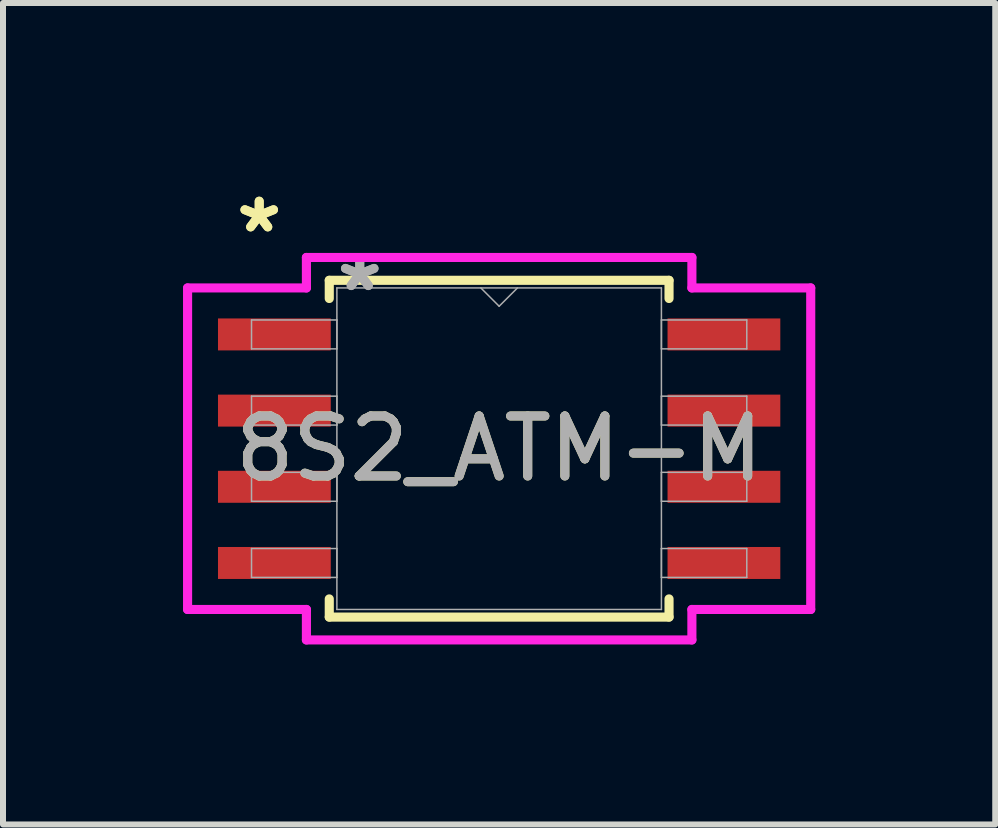
<source format=kicad_pcb>
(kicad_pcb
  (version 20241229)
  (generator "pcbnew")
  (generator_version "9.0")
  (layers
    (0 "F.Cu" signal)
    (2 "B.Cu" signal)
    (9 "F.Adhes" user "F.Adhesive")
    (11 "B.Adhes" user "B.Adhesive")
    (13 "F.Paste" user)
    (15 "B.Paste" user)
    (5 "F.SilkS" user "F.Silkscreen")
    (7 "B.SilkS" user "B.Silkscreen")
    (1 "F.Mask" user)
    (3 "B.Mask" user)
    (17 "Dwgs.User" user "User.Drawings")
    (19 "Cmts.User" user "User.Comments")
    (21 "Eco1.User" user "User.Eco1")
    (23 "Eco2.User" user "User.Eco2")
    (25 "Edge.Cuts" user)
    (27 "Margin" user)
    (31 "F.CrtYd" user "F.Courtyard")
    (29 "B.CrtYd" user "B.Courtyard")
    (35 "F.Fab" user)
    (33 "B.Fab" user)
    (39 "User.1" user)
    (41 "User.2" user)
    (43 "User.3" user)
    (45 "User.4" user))
  (footprint "8S2_ATM-M"
    (layer "F.Cu")
    (at 5.271 4.43)
    (property "Reference" "8S2_ATM-M" (at 0 0 0) (unlocked yes) (layer "F.SilkS") (effects (font (size 1 1) (thickness 0.15))))
    (attr smd)
    (fp_line (start -2.832 -2.807) (end -2.832 -2.504) (stroke (width 0.152) (type solid)) (layer "F.SilkS"))
    (fp_line (start -2.832 2.504) (end -2.832 2.807) (stroke (width 0.152) (type solid)) (layer "F.SilkS"))
    (fp_line (start -2.832 2.807) (end 2.832 2.807) (stroke (width 0.152) (type solid)) (layer "F.SilkS"))
    (fp_line (start 2.832 -2.807) (end -2.832 -2.807) (stroke (width 0.152) (type solid)) (layer "F.SilkS"))
    (fp_line (start 2.832 -2.504) (end 2.832 -2.807) (stroke (width 0.152) (type solid)) (layer "F.SilkS"))
    (fp_line (start 2.832 2.807) (end 2.832 2.504) (stroke (width 0.152) (type solid)) (layer "F.SilkS"))
    (fp_line (start -5.194 -2.68) (end -3.213 -2.68) (stroke (width 0.152) (type solid)) (layer "F.CrtYd"))
    (fp_line (start -5.194 2.68) (end -5.194 -2.68) (stroke (width 0.152) (type solid)) (layer "F.CrtYd"))
    (fp_line (start -5.194 2.68) (end -3.213 2.68) (stroke (width 0.152) (type solid)) (layer "F.CrtYd"))
    (fp_line (start -3.213 -3.188) (end 3.213 -3.188) (stroke (width 0.152) (type solid)) (layer "F.CrtYd"))
    (fp_line (start -3.213 -2.68) (end -3.213 -3.188) (stroke (width 0.152) (type solid)) (layer "F.CrtYd"))
    (fp_line (start -3.213 3.188) (end -3.213 2.68) (stroke (width 0.152) (type solid)) (layer "F.CrtYd"))
    (fp_line (start 3.213 -3.188) (end 3.213 -2.68) (stroke (width 0.152) (type solid)) (layer "F.CrtYd"))
    (fp_line (start 3.213 2.68) (end 3.213 3.188) (stroke (width 0.152) (type solid)) (layer "F.CrtYd"))
    (fp_line (start 3.213 3.188) (end -3.213 3.188) (stroke (width 0.152) (type solid)) (layer "F.CrtYd"))
    (fp_line (start 5.194 -2.68) (end 3.213 -2.68) (stroke (width 0.152) (type solid)) (layer "F.CrtYd"))
    (fp_line (start 5.194 -2.68) (end 5.194 2.68) (stroke (width 0.152) (type solid)) (layer "F.CrtYd"))
    (fp_line (start 5.194 2.68) (end 3.213 2.68) (stroke (width 0.152) (type solid)) (layer "F.CrtYd"))
    (fp_line (start -4.128 -2.146) (end -4.128 -1.664) (stroke (width 0.025) (type solid)) (layer "F.Fab"))
    (fp_line (start -4.128 -1.664) (end -2.705 -1.664) (stroke (width 0.025) (type solid)) (layer "F.Fab"))
    (fp_line (start -4.128 -0.876) (end -4.128 -0.394) (stroke (width 0.025) (type solid)) (layer "F.Fab"))
    (fp_line (start -4.128 -0.394) (end -2.705 -0.394) (stroke (width 0.025) (type solid)) (layer "F.Fab"))
    (fp_line (start -4.128 0.394) (end -4.128 0.876) (stroke (width 0.025) (type solid)) (layer "F.Fab"))
    (fp_line (start -4.128 0.876) (end -2.705 0.876) (stroke (width 0.025) (type solid)) (layer "F.Fab"))
    (fp_line (start -4.128 1.664) (end -4.128 2.146) (stroke (width 0.025) (type solid)) (layer "F.Fab"))
    (fp_line (start -4.128 2.146) (end -2.705 2.146) (stroke (width 0.025) (type solid)) (layer "F.Fab"))
    (fp_line (start -2.705 -2.68) (end -2.705 2.68) (stroke (width 0.025) (type solid)) (layer "F.Fab"))
    (fp_line (start -2.705 -2.146) (end -4.128 -2.146) (stroke (width 0.025) (type solid)) (layer "F.Fab"))
    (fp_line (start -2.705 -1.664) (end -2.705 -2.146) (stroke (width 0.025) (type solid)) (layer "F.Fab"))
    (fp_line (start -2.705 -0.876) (end -4.128 -0.876) (stroke (width 0.025) (type solid)) (layer "F.Fab"))
    (fp_line (start -2.705 -0.394) (end -2.705 -0.876) (stroke (width 0.025) (type solid)) (layer "F.Fab"))
    (fp_line (start -2.705 0.394) (end -4.128 0.394) (stroke (width 0.025) (type solid)) (layer "F.Fab"))
    (fp_line (start -2.705 0.876) (end -2.705 0.394) (stroke (width 0.025) (type solid)) (layer "F.Fab"))
    (fp_line (start -2.705 1.664) (end -4.128 1.664) (stroke (width 0.025) (type solid)) (layer "F.Fab"))
    (fp_line (start -2.705 2.146) (end -2.705 1.664) (stroke (width 0.025) (type solid)) (layer "F.Fab"))
    (fp_line (start -2.705 2.68) (end 2.705 2.68) (stroke (width 0.025) (type solid)) (layer "F.Fab"))
    (fp_line (start -0.305 -2.68) (end 0 -2.375) (stroke (width 0.025) (type solid)) (layer "F.Fab"))
    (fp_line (start 0 -2.375) (end 0.305 -2.68) (stroke (width 0.025) (type solid)) (layer "F.Fab"))
    (fp_line (start 2.705 -2.68) (end -2.705 -2.68) (stroke (width 0.025) (type solid)) (layer "F.Fab"))
    (fp_line (start 2.705 -2.146) (end 2.705 -1.664) (stroke (width 0.025) (type solid)) (layer "F.Fab"))
    (fp_line (start 2.705 -1.664) (end 4.128 -1.664) (stroke (width 0.025) (type solid)) (layer "F.Fab"))
    (fp_line (start 2.705 -0.876) (end 2.705 -0.394) (stroke (width 0.025) (type solid)) (layer "F.Fab"))
    (fp_line (start 2.705 -0.394) (end 4.128 -0.394) (stroke (width 0.025) (type solid)) (layer "F.Fab"))
    (fp_line (start 2.705 0.394) (end 2.705 0.876) (stroke (width 0.025) (type solid)) (layer "F.Fab"))
    (fp_line (start 2.705 0.876) (end 4.128 0.876) (stroke (width 0.025) (type solid)) (layer "F.Fab"))
    (fp_line (start 2.705 1.664) (end 2.705 2.146) (stroke (width 0.025) (type solid)) (layer "F.Fab"))
    (fp_line (start 2.705 2.146) (end 4.128 2.146) (stroke (width 0.025) (type solid)) (layer "F.Fab"))
    (fp_line (start 2.705 2.68) (end 2.705 -2.68) (stroke (width 0.025) (type solid)) (layer "F.Fab"))
    (fp_line (start 4.128 -2.146) (end 2.705 -2.146) (stroke (width 0.025) (type solid)) (layer "F.Fab"))
    (fp_line (start 4.128 -1.664) (end 4.128 -2.146) (stroke (width 0.025) (type solid)) (layer "F.Fab"))
    (fp_line (start 4.128 -0.876) (end 2.705 -0.876) (stroke (width 0.025) (type solid)) (layer "F.Fab"))
    (fp_line (start 4.128 -0.394) (end 4.128 -0.876) (stroke (width 0.025) (type solid)) (layer "F.Fab"))
    (fp_line (start 4.128 0.394) (end 2.705 0.394) (stroke (width 0.025) (type solid)) (layer "F.Fab"))
    (fp_line (start 4.128 0.876) (end 4.128 0.394) (stroke (width 0.025) (type solid)) (layer "F.Fab"))
    (fp_line (start 4.128 1.664) (end 2.705 1.664) (stroke (width 0.025) (type solid)) (layer "F.Fab"))
    (fp_line (start 4.128 2.146) (end 4.128 1.664) (stroke (width 0.025) (type solid)) (layer "F.Fab"))
    (fp_text user "*" (at -4 -3.581 0) (layer "F.SilkS") (effects (font (size 1 1) (thickness 0.15))))
    (fp_text user "*" (at -4 -3.581 0) (unlocked yes) (layer "F.SilkS") (effects (font (size 1 1) (thickness 0.15))))
    (fp_text user "*" (at -2.324 -2.603 0) (unlocked yes) (layer "F.Fab") (effects (font (size 1 1) (thickness 0.15))))
    (fp_text user "${REFERENCE}" (at 0 0 0) (unlocked yes) (layer "F.Fab") (effects (font (size 1 1) (thickness 0.15))))
    (fp_text user "*" (at -2.324 -2.603 0) (layer "F.Fab") (effects (font (size 1 1) (thickness 0.15))))
    (pad "1" smd rect (at -3.747 -1.905) (size 1.88 0.533) (layers "F.Cu" "F.Mask" "F.Paste"))
    (pad "2" smd rect (at -3.747 -0.635) (size 1.88 0.533) (layers "F.Cu" "F.Mask" "F.Paste"))
    (pad "3" smd rect (at -3.747 0.635) (size 1.88 0.533) (layers "F.Cu" "F.Mask" "F.Paste"))
    (pad "4" smd rect (at -3.747 1.905) (size 1.88 0.533) (layers "F.Cu" "F.Mask" "F.Paste"))
    (pad "5" smd rect (at 3.747 1.905) (size 1.88 0.533) (layers "F.Cu" "F.Mask" "F.Paste"))
    (pad "6" smd rect (at 3.747 0.635) (size 1.88 0.533) (layers "F.Cu" "F.Mask" "F.Paste"))
    (pad "7" smd rect (at 3.747 -0.635) (size 1.88 0.533) (layers "F.Cu" "F.Mask" "F.Paste"))
    (pad "8" smd rect (at 3.747 -1.905) (size 1.88 0.533) (layers "F.Cu" "F.Mask" "F.Paste")))
  (gr_rect
    (start -3 -3)
    (end 13.541 10.694)
    (stroke (width 0.1) (type default))
    (fill no)
    (layer "Edge.Cuts")))
</source>
